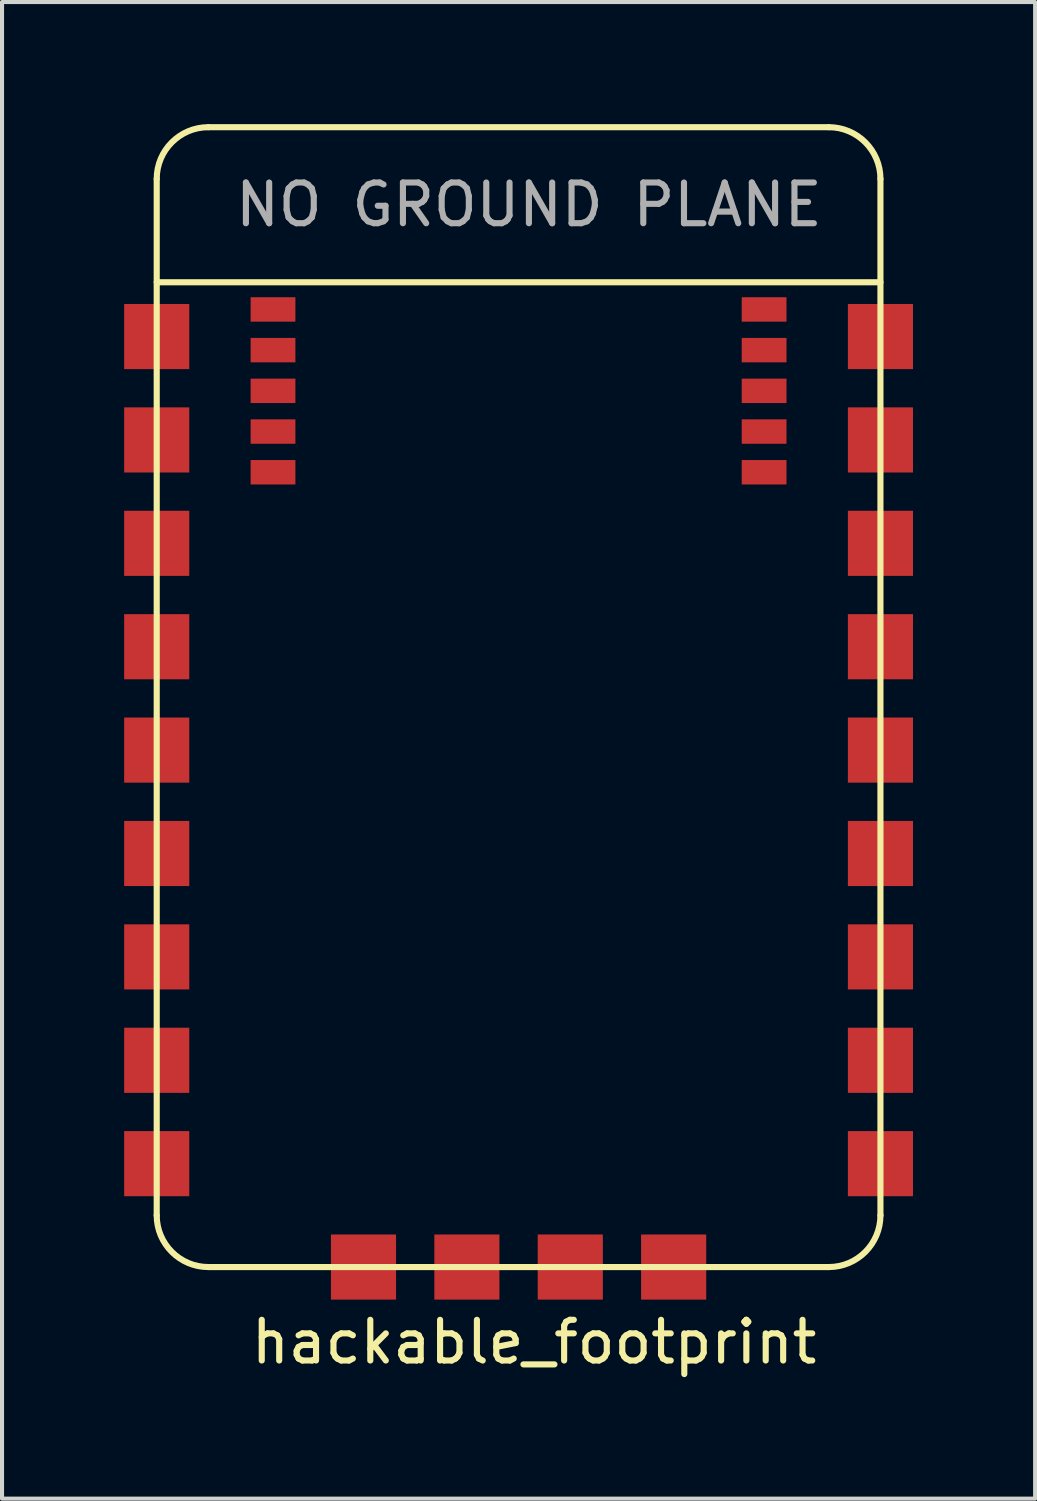
<source format=kicad_pcb>
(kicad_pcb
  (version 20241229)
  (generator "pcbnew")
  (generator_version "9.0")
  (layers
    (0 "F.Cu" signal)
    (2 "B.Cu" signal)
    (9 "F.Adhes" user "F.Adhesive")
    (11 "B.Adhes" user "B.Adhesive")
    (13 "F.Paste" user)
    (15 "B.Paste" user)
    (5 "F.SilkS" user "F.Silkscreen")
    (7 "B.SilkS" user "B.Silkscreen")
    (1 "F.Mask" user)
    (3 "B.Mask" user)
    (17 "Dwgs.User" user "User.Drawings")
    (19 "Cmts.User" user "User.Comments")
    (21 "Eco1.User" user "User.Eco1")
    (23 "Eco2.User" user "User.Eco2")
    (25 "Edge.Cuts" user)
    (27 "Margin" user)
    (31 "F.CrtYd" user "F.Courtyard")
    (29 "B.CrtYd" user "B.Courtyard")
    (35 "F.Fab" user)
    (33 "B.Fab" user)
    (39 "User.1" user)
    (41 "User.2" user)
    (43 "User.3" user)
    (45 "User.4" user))
  (footprint "hackable_footprint"
    (layer "F.Cu")
    (at 0.8 28.078)
    (property "Reference" "hackable_footprint" (at 9.271 1.841 0) (layer "F.SilkS") (effects (font (size 1 1) (thickness 0.15))))
    (attr through_hole)
    (fp_line (start 0 -24.194) (end 17.78 -24.194) (stroke (width 0.15) (type solid)) (layer "F.SilkS"))
    (fp_line (start 0 -1.27) (end 0 -26.733) (stroke (width 0.15) (type solid)) (layer "F.SilkS"))
    (fp_line (start 1.27 -28.003) (end 16.51 -28.003) (stroke (width 0.15) (type solid)) (layer "F.SilkS"))
    (fp_line (start 16.51 0) (end 1.27 0) (stroke (width 0.15) (type solid)) (layer "F.SilkS"))
    (fp_line (start 17.78 -26.733) (end 17.78 -1.27) (stroke (width 0.15) (type solid)) (layer "F.SilkS"))
    (fp_arc (start 0 -26.7335) (mid 0.371974 -27.631526) (end 1.27 -28.0035) (stroke (width 0.15) (type solid)) (layer "F.SilkS"))
    (fp_arc (start 1.27 0) (mid 0.371974 -0.371974) (end 0 -1.27) (stroke (width 0.15) (type solid)) (layer "F.SilkS"))
    (fp_arc (start 16.51 -28.0035) (mid 17.408026 -27.631526) (end 17.78 -26.7335) (stroke (width 0.15) (type solid)) (layer "F.SilkS"))
    (fp_arc (start 17.78 -1.27) (mid 17.408026 -0.371974) (end 16.51 0) (stroke (width 0.15) (type solid)) (layer "F.SilkS"))
    (fp_text user "NO GROUND PLANE" (at 9.144 -26.099 0) (layer "F.Fab") (effects (font (size 1 1) (thickness 0.15))))
    (pad "1" smd rect (at 0 -22.86) (size 1.6 1.6) (layers "F.Cu" "F.Mask" "F.Paste"))
    (pad "2" smd rect (at 0 -20.32) (size 1.6 1.6) (layers "F.Cu" "F.Mask" "F.Paste"))
    (pad "3" smd rect (at 0 -17.78) (size 1.6 1.6) (layers "F.Cu" "F.Mask" "F.Paste"))
    (pad "4" smd rect (at 0 -15.24) (size 1.6 1.6) (layers "F.Cu" "F.Mask" "F.Paste"))
    (pad "5" smd rect (at 0 -12.7) (size 1.6 1.6) (layers "F.Cu" "F.Mask" "F.Paste"))
    (pad "6" smd rect (at 0 -10.16) (size 1.6 1.6) (layers "F.Cu" "F.Mask" "F.Paste"))
    (pad "7" smd rect (at 0 -7.62) (size 1.6 1.6) (layers "F.Cu" "F.Mask" "F.Paste"))
    (pad "8" smd rect (at 0 -5.08) (size 1.6 1.6) (layers "F.Cu" "F.Mask" "F.Paste"))
    (pad "9" smd rect (at 0 -2.54) (size 1.6 1.6) (layers "F.Cu" "F.Mask" "F.Paste"))
    (pad "10" smd rect (at 5.08 0) (size 1.6 1.6) (layers "F.Cu" "F.Mask" "F.Paste"))
    (pad "11" smd rect (at 7.62 0) (size 1.6 1.6) (layers "F.Cu" "F.Mask" "F.Paste"))
    (pad "12" smd rect (at 10.16 0) (size 1.6 1.6) (layers "F.Cu" "F.Mask" "F.Paste"))
    (pad "13" smd rect (at 12.7 0) (size 1.6 1.6) (layers "F.Cu" "F.Mask" "F.Paste"))
    (pad "14" smd rect (at 17.78 -2.54) (size 1.6 1.6) (layers "F.Cu" "F.Mask" "F.Paste"))
    (pad "15" smd rect (at 17.78 -5.08) (size 1.6 1.6) (layers "F.Cu" "F.Mask" "F.Paste"))
    (pad "16" smd rect (at 17.78 -7.62) (size 1.6 1.6) (layers "F.Cu" "F.Mask" "F.Paste"))
    (pad "17" smd rect (at 17.78 -10.16) (size 1.6 1.6) (layers "F.Cu" "F.Mask" "F.Paste"))
    (pad "18" smd rect (at 17.78 -12.7) (size 1.6 1.6) (layers "F.Cu" "F.Mask" "F.Paste"))
    (pad "19" smd rect (at 17.78 -15.24) (size 1.6 1.6) (layers "F.Cu" "F.Mask" "F.Paste"))
    (pad "20" smd rect (at 17.78 -17.78) (size 1.6 1.6) (layers "F.Cu" "F.Mask" "F.Paste"))
    (pad "21" smd rect (at 17.78 -20.32) (size 1.6 1.6) (layers "F.Cu" "F.Mask" "F.Paste"))
    (pad "22" smd rect (at 17.78 -22.86) (size 1.6 1.6) (layers "F.Cu" "F.Mask" "F.Paste"))
    (pad "23" smd rect (at 14.922 -23.526) (size 1.1 0.6) (layers "F.Cu" "F.Mask" "F.Paste"))
    (pad "24" smd rect (at 14.922 -22.526) (size 1.1 0.6) (layers "F.Cu" "F.Mask" "F.Paste"))
    (pad "25" smd rect (at 14.922 -21.526) (size 1.1 0.6) (layers "F.Cu" "F.Mask" "F.Paste"))
    (pad "26" smd rect (at 14.922 -20.526) (size 1.1 0.6) (layers "F.Cu" "F.Mask" "F.Paste"))
    (pad "27" smd rect (at 14.922 -19.526) (size 1.1 0.6) (layers "F.Cu" "F.Mask" "F.Paste"))
    (pad "28" smd rect (at 2.857 -19.526) (size 1.1 0.6) (layers "F.Cu" "F.Mask" "F.Paste"))
    (pad "29" smd rect (at 2.857 -20.526) (size 1.1 0.6) (layers "F.Cu" "F.Mask" "F.Paste"))
    (pad "30" smd rect (at 2.857 -21.526) (size 1.1 0.6) (layers "F.Cu" "F.Mask" "F.Paste"))
    (pad "31" smd rect (at 2.857 -22.526) (size 1.1 0.6) (layers "F.Cu" "F.Mask" "F.Paste"))
    (pad "32" smd rect (at 2.857 -23.526) (size 1.1 0.6) (layers "F.Cu" "F.Mask" "F.Paste")))
  (gr_rect
    (start -3 -3)
    (end 22.38 33.768)
    (stroke (width 0.1) (type default))
    (fill no)
    (layer "Edge.Cuts")))
</source>
